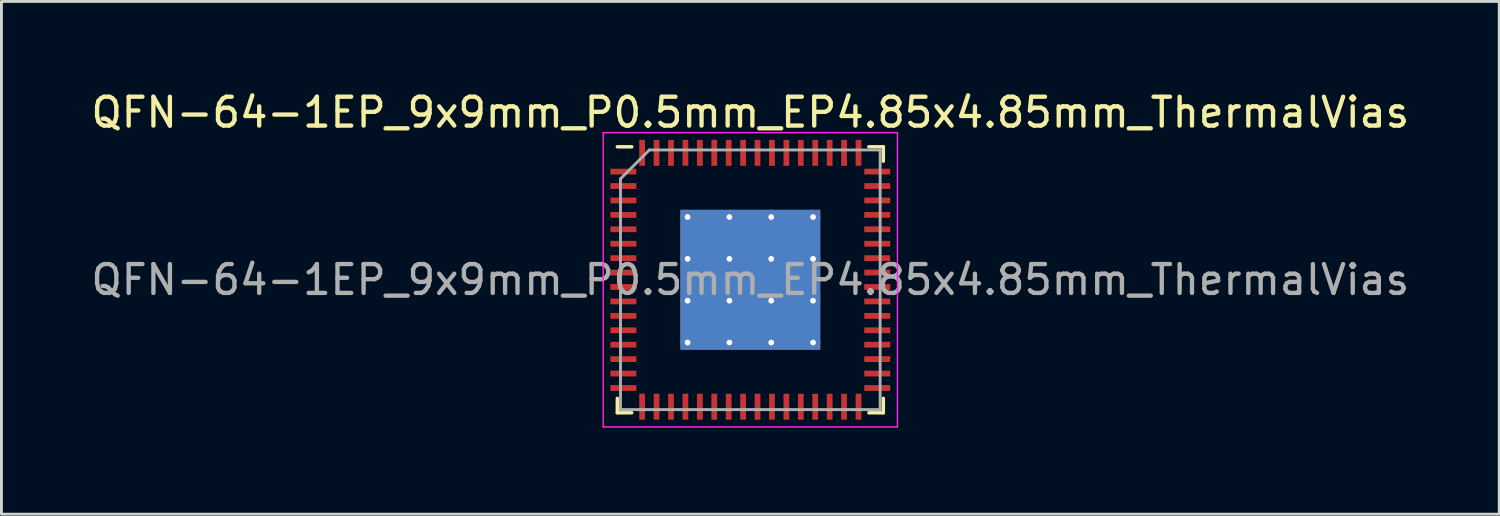
<source format=kicad_pcb>
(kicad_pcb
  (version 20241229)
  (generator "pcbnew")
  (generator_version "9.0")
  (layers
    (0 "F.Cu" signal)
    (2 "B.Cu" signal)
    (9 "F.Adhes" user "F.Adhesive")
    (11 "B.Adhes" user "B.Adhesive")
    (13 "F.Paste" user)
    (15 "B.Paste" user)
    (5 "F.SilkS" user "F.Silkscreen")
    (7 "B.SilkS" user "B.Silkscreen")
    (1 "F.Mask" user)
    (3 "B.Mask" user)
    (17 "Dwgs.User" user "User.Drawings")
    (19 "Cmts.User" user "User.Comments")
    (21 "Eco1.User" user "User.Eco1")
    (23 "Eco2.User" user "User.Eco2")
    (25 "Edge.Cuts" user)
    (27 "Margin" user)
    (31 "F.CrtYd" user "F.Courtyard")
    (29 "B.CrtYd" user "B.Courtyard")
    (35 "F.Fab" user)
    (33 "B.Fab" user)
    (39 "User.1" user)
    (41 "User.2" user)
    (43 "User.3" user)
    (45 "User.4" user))
  (footprint "QFN-64-1EP_9x9mm_P0.5mm_EP4.85x4.85mm_ThermalVias"
    (layer "F.Cu")
    (at 22.958 6.648)
    (property "Reference" "QFN-64-1EP_9x9mm_P0.5mm_EP4.85x4.85mm_ThermalVias" (at 0 -5.8 0) (layer "F.SilkS") (effects (font (size 1 1) (thickness 0.15))))
    (attr smd)
    (fp_line (start -4.61 4.61) (end -4.61 4.11) (stroke (width 0.12) (type solid)) (layer "F.SilkS"))
    (fp_line (start -4.11 -4.61) (end -4.61 -4.61) (stroke (width 0.12) (type solid)) (layer "F.SilkS"))
    (fp_line (start -4.11 4.61) (end -4.61 4.61) (stroke (width 0.12) (type solid)) (layer "F.SilkS"))
    (fp_line (start 4.11 -4.61) (end 4.61 -4.61) (stroke (width 0.12) (type solid)) (layer "F.SilkS"))
    (fp_line (start 4.11 4.61) (end 4.61 4.61) (stroke (width 0.12) (type solid)) (layer "F.SilkS"))
    (fp_line (start 4.61 -4.61) (end 4.61 -4.11) (stroke (width 0.12) (type solid)) (layer "F.SilkS"))
    (fp_line (start 4.61 4.61) (end 4.61 4.11) (stroke (width 0.12) (type solid)) (layer "F.SilkS"))
    (fp_line (start -5.1 -5.1) (end -5.1 5.1) (stroke (width 0.05) (type solid)) (layer "F.CrtYd"))
    (fp_line (start -5.1 5.1) (end 5.1 5.1) (stroke (width 0.05) (type solid)) (layer "F.CrtYd"))
    (fp_line (start 5.1 -5.1) (end -5.1 -5.1) (stroke (width 0.05) (type solid)) (layer "F.CrtYd"))
    (fp_line (start 5.1 5.1) (end 5.1 -5.1) (stroke (width 0.05) (type solid)) (layer "F.CrtYd"))
    (fp_line (start -4.5 -3.5) (end -3.5 -4.5) (stroke (width 0.1) (type solid)) (layer "F.Fab"))
    (fp_line (start -4.5 4.5) (end -4.5 -3.5) (stroke (width 0.1) (type solid)) (layer "F.Fab"))
    (fp_line (start -3.5 -4.5) (end 4.5 -4.5) (stroke (width 0.1) (type solid)) (layer "F.Fab"))
    (fp_line (start 4.5 -4.5) (end 4.5 4.5) (stroke (width 0.1) (type solid)) (layer "F.Fab"))
    (fp_line (start 4.5 4.5) (end -4.5 4.5) (stroke (width 0.1) (type solid)) (layer "F.Fab"))
    (fp_text user "${REFERENCE}" (at 0 0 0) (layer "F.Fab") (effects (font (size 1 1) (thickness 0.15))))
    (pad "" smd custom (at -1.45 -1.45) (size 1.207 1.207) (layers "F.Paste") (options (anchor circle)) (primitives (gr_poly (pts (xy -0.652 -0.515) (xy -0.515 -0.652) (xy 0.515 -0.652) (xy 0.652 -0.515) (xy 0.652 0.515) (xy 0.515 0.652) (xy -0.515 0.652) (xy -0.652 0.515)) (width 0) (fill yes))))
    (pad "" smd custom (at -1.45 0) (size 1.207 1.207) (layers "F.Paste") (options (anchor circle)) (primitives (gr_poly (pts (xy -0.652 -0.515) (xy -0.515 -0.652) (xy 0.515 -0.652) (xy 0.652 -0.515) (xy 0.652 0.515) (xy 0.515 0.652) (xy -0.515 0.652) (xy -0.652 0.515)) (width 0) (fill yes))))
    (pad "" smd custom (at -1.45 1.45) (size 1.207 1.207) (layers "F.Paste") (options (anchor circle)) (primitives (gr_poly (pts (xy -0.652 -0.515) (xy -0.515 -0.652) (xy 0.515 -0.652) (xy 0.652 -0.515) (xy 0.652 0.515) (xy 0.515 0.652) (xy -0.515 0.652) (xy -0.652 0.515)) (width 0) (fill yes))))
    (pad "" smd custom (at 0 -1.45) (size 1.207 1.207) (layers "F.Paste") (options (anchor circle)) (primitives (gr_poly (pts (xy -0.652 -0.515) (xy -0.515 -0.652) (xy 0.515 -0.652) (xy 0.652 -0.515) (xy 0.652 0.515) (xy 0.515 0.652) (xy -0.515 0.652) (xy -0.652 0.515)) (width 0) (fill yes))))
    (pad "" smd custom (at 0 0) (size 1.207 1.207) (layers "F.Paste") (options (anchor circle)) (primitives (gr_poly (pts (xy -0.652 -0.515) (xy -0.515 -0.652) (xy 0.515 -0.652) (xy 0.652 -0.515) (xy 0.652 0.515) (xy 0.515 0.652) (xy -0.515 0.652) (xy -0.652 0.515)) (width 0) (fill yes))))
    (pad "" smd custom (at 0 1.45) (size 1.207 1.207) (layers "F.Paste") (options (anchor circle)) (primitives (gr_poly (pts (xy -0.652 -0.515) (xy -0.515 -0.652) (xy 0.515 -0.652) (xy 0.652 -0.515) (xy 0.652 0.515) (xy 0.515 0.652) (xy -0.515 0.652) (xy -0.652 0.515)) (width 0) (fill yes))))
    (pad "" smd custom (at 1.45 -1.45) (size 1.207 1.207) (layers "F.Paste") (options (anchor circle)) (primitives (gr_poly (pts (xy -0.652 -0.515) (xy -0.515 -0.652) (xy 0.515 -0.652) (xy 0.652 -0.515) (xy 0.652 0.515) (xy 0.515 0.652) (xy -0.515 0.652) (xy -0.652 0.515)) (width 0) (fill yes))))
    (pad "" smd custom (at 1.45 0) (size 1.207 1.207) (layers "F.Paste") (options (anchor circle)) (primitives (gr_poly (pts (xy -0.652 -0.515) (xy -0.515 -0.652) (xy 0.515 -0.652) (xy 0.652 -0.515) (xy 0.652 0.515) (xy 0.515 0.652) (xy -0.515 0.652) (xy -0.652 0.515)) (width 0) (fill yes))))
    (pad "" smd custom (at 1.45 1.45) (size 1.207 1.207) (layers "F.Paste") (options (anchor circle)) (primitives (gr_poly (pts (xy -0.652 -0.515) (xy -0.515 -0.652) (xy 0.515 -0.652) (xy 0.652 -0.515) (xy 0.652 0.515) (xy 0.515 0.652) (xy -0.515 0.652) (xy -0.652 0.515)) (width 0) (fill yes))))
    (pad "1" smd rect (at -4.4 -3.75) (size 0.9 0.2) (layers "F.Cu" "F.Mask" "F.Paste"))
    (pad "2" smd rect (at -4.4 -3.25) (size 0.9 0.2) (layers "F.Cu" "F.Mask" "F.Paste"))
    (pad "3" smd rect (at -4.4 -2.75) (size 0.9 0.2) (layers "F.Cu" "F.Mask" "F.Paste"))
    (pad "4" smd rect (at -4.4 -2.25) (size 0.9 0.2) (layers "F.Cu" "F.Mask" "F.Paste"))
    (pad "5" smd rect (at -4.4 -1.75) (size 0.9 0.2) (layers "F.Cu" "F.Mask" "F.Paste"))
    (pad "6" smd rect (at -4.4 -1.25) (size 0.9 0.2) (layers "F.Cu" "F.Mask" "F.Paste"))
    (pad "7" smd rect (at -4.4 -0.75) (size 0.9 0.2) (layers "F.Cu" "F.Mask" "F.Paste"))
    (pad "8" smd rect (at -4.4 -0.25) (size 0.9 0.2) (layers "F.Cu" "F.Mask" "F.Paste"))
    (pad "9" smd rect (at -4.4 0.25) (size 0.9 0.2) (layers "F.Cu" "F.Mask" "F.Paste"))
    (pad "10" smd rect (at -4.4 0.75) (size 0.9 0.2) (layers "F.Cu" "F.Mask" "F.Paste"))
    (pad "11" smd rect (at -4.4 1.25) (size 0.9 0.2) (layers "F.Cu" "F.Mask" "F.Paste"))
    (pad "12" smd rect (at -4.4 1.75) (size 0.9 0.2) (layers "F.Cu" "F.Mask" "F.Paste"))
    (pad "13" smd rect (at -4.4 2.25) (size 0.9 0.2) (layers "F.Cu" "F.Mask" "F.Paste"))
    (pad "14" smd rect (at -4.4 2.75) (size 0.9 0.2) (layers "F.Cu" "F.Mask" "F.Paste"))
    (pad "15" smd rect (at -4.4 3.25) (size 0.9 0.2) (layers "F.Cu" "F.Mask" "F.Paste"))
    (pad "16" smd rect (at -4.4 3.75) (size 0.9 0.2) (layers "F.Cu" "F.Mask" "F.Paste"))
    (pad "17" smd rect (at -3.75 4.4) (size 0.2 0.9) (layers "F.Cu" "F.Mask" "F.Paste"))
    (pad "18" smd rect (at -3.25 4.4) (size 0.2 0.9) (layers "F.Cu" "F.Mask" "F.Paste"))
    (pad "19" smd rect (at -2.75 4.4) (size 0.2 0.9) (layers "F.Cu" "F.Mask" "F.Paste"))
    (pad "20" smd rect (at -2.25 4.4) (size 0.2 0.9) (layers "F.Cu" "F.Mask" "F.Paste"))
    (pad "21" smd rect (at -1.75 4.4) (size 0.2 0.9) (layers "F.Cu" "F.Mask" "F.Paste"))
    (pad "22" smd rect (at -1.25 4.4) (size 0.2 0.9) (layers "F.Cu" "F.Mask" "F.Paste"))
    (pad "23" smd rect (at -0.75 4.4) (size 0.2 0.9) (layers "F.Cu" "F.Mask" "F.Paste"))
    (pad "24" smd rect (at -0.25 4.4) (size 0.2 0.9) (layers "F.Cu" "F.Mask" "F.Paste"))
    (pad "25" smd rect (at 0.25 4.4) (size 0.2 0.9) (layers "F.Cu" "F.Mask" "F.Paste"))
    (pad "26" smd rect (at 0.75 4.4) (size 0.2 0.9) (layers "F.Cu" "F.Mask" "F.Paste"))
    (pad "27" smd rect (at 1.25 4.4) (size 0.2 0.9) (layers "F.Cu" "F.Mask" "F.Paste"))
    (pad "28" smd rect (at 1.75 4.4) (size 0.2 0.9) (layers "F.Cu" "F.Mask" "F.Paste"))
    (pad "29" smd rect (at 2.25 4.4) (size 0.2 0.9) (layers "F.Cu" "F.Mask" "F.Paste"))
    (pad "30" smd rect (at 2.75 4.4) (size 0.2 0.9) (layers "F.Cu" "F.Mask" "F.Paste"))
    (pad "31" smd rect (at 3.25 4.4) (size 0.2 0.9) (layers "F.Cu" "F.Mask" "F.Paste"))
    (pad "32" smd rect (at 3.75 4.4) (size 0.2 0.9) (layers "F.Cu" "F.Mask" "F.Paste"))
    (pad "33" smd rect (at 4.4 3.75) (size 0.9 0.2) (layers "F.Cu" "F.Mask" "F.Paste"))
    (pad "34" smd rect (at 4.4 3.25) (size 0.9 0.2) (layers "F.Cu" "F.Mask" "F.Paste"))
    (pad "35" smd rect (at 4.4 2.75) (size 0.9 0.2) (layers "F.Cu" "F.Mask" "F.Paste"))
    (pad "36" smd rect (at 4.4 2.25) (size 0.9 0.2) (layers "F.Cu" "F.Mask" "F.Paste"))
    (pad "37" smd rect (at 4.4 1.75) (size 0.9 0.2) (layers "F.Cu" "F.Mask" "F.Paste"))
    (pad "38" smd rect (at 4.4 1.25) (size 0.9 0.2) (layers "F.Cu" "F.Mask" "F.Paste"))
    (pad "39" smd rect (at 4.4 0.75) (size 0.9 0.2) (layers "F.Cu" "F.Mask" "F.Paste"))
    (pad "40" smd rect (at 4.4 0.25) (size 0.9 0.2) (layers "F.Cu" "F.Mask" "F.Paste"))
    (pad "41" smd rect (at 4.4 -0.25) (size 0.9 0.2) (layers "F.Cu" "F.Mask" "F.Paste"))
    (pad "42" smd rect (at 4.4 -0.75) (size 0.9 0.2) (layers "F.Cu" "F.Mask" "F.Paste"))
    (pad "43" smd rect (at 4.4 -1.25) (size 0.9 0.2) (layers "F.Cu" "F.Mask" "F.Paste"))
    (pad "44" smd rect (at 4.4 -1.75) (size 0.9 0.2) (layers "F.Cu" "F.Mask" "F.Paste"))
    (pad "45" smd rect (at 4.4 -2.25) (size 0.9 0.2) (layers "F.Cu" "F.Mask" "F.Paste"))
    (pad "46" smd rect (at 4.4 -2.75) (size 0.9 0.2) (layers "F.Cu" "F.Mask" "F.Paste"))
    (pad "47" smd rect (at 4.4 -3.25) (size 0.9 0.2) (layers "F.Cu" "F.Mask" "F.Paste"))
    (pad "48" smd rect (at 4.4 -3.75) (size 0.9 0.2) (layers "F.Cu" "F.Mask" "F.Paste"))
    (pad "49" smd rect (at 3.75 -4.4) (size 0.2 0.9) (layers "F.Cu" "F.Mask" "F.Paste"))
    (pad "50" smd rect (at 3.25 -4.4) (size 0.2 0.9) (layers "F.Cu" "F.Mask" "F.Paste"))
    (pad "51" smd rect (at 2.75 -4.4) (size 0.2 0.9) (layers "F.Cu" "F.Mask" "F.Paste"))
    (pad "52" smd rect (at 2.25 -4.4) (size 0.2 0.9) (layers "F.Cu" "F.Mask" "F.Paste"))
    (pad "53" smd rect (at 1.75 -4.4) (size 0.2 0.9) (layers "F.Cu" "F.Mask" "F.Paste"))
    (pad "54" smd rect (at 1.25 -4.4) (size 0.2 0.9) (layers "F.Cu" "F.Mask" "F.Paste"))
    (pad "55" smd rect (at 0.75 -4.4) (size 0.2 0.9) (layers "F.Cu" "F.Mask" "F.Paste"))
    (pad "56" smd rect (at 0.25 -4.4) (size 0.2 0.9) (layers "F.Cu" "F.Mask" "F.Paste"))
    (pad "57" smd rect (at -0.25 -4.4) (size 0.2 0.9) (layers "F.Cu" "F.Mask" "F.Paste"))
    (pad "58" smd rect (at -0.75 -4.4) (size 0.2 0.9) (layers "F.Cu" "F.Mask" "F.Paste"))
    (pad "59" smd rect (at -1.25 -4.4) (size 0.2 0.9) (layers "F.Cu" "F.Mask" "F.Paste"))
    (pad "60" smd rect (at -1.75 -4.4) (size 0.2 0.9) (layers "F.Cu" "F.Mask" "F.Paste"))
    (pad "61" smd rect (at -2.25 -4.4) (size 0.2 0.9) (layers "F.Cu" "F.Mask" "F.Paste"))
    (pad "62" smd rect (at -2.75 -4.4) (size 0.2 0.9) (layers "F.Cu" "F.Mask" "F.Paste"))
    (pad "63" smd rect (at -3.25 -4.4) (size 0.2 0.9) (layers "F.Cu" "F.Mask" "F.Paste"))
    (pad "64" smd rect (at -3.75 -4.4) (size 0.2 0.9) (layers "F.Cu" "F.Mask" "F.Paste"))
    (pad "65" thru_hole circle (at -2.175 -2.175) (size 0.5 0.5) (drill 0.2) (layers "*.Cu"))
    (pad "65" thru_hole circle (at -2.175 -0.725) (size 0.5 0.5) (drill 0.2) (layers "*.Cu"))
    (pad "65" thru_hole circle (at -2.175 0.725) (size 0.5 0.5) (drill 0.2) (layers "*.Cu"))
    (pad "65" thru_hole circle (at -2.175 2.175) (size 0.5 0.5) (drill 0.2) (layers "*.Cu"))
    (pad "65" thru_hole circle (at -0.725 -2.175) (size 0.5 0.5) (drill 0.2) (layers "*.Cu"))
    (pad "65" thru_hole circle (at -0.725 -0.725) (size 0.5 0.5) (drill 0.2) (layers "*.Cu"))
    (pad "65" thru_hole circle (at -0.725 0.725) (size 0.5 0.5) (drill 0.2) (layers "*.Cu"))
    (pad "65" thru_hole circle (at -0.725 2.175) (size 0.5 0.5) (drill 0.2) (layers "*.Cu"))
    (pad "65" smd rect (at 0 0) (size 4.85 4.85) (layers "F.Cu" "F.Mask"))
    (pad "65" smd rect (at 0 0) (size 4.85 4.85) (layers "B.Cu"))
    (pad "65" thru_hole circle (at 0.725 -2.175) (size 0.5 0.5) (drill 0.2) (layers "*.Cu"))
    (pad "65" thru_hole circle (at 0.725 -0.725) (size 0.5 0.5) (drill 0.2) (layers "*.Cu"))
    (pad "65" thru_hole circle (at 0.725 0.725) (size 0.5 0.5) (drill 0.2) (layers "*.Cu"))
    (pad "65" thru_hole circle (at 0.725 2.175) (size 0.5 0.5) (drill 0.2) (layers "*.Cu"))
    (pad "65" thru_hole circle (at 2.175 -2.175) (size 0.5 0.5) (drill 0.2) (layers "*.Cu"))
    (pad "65" thru_hole circle (at 2.175 -0.725) (size 0.5 0.5) (drill 0.2) (layers "*.Cu"))
    (pad "65" thru_hole circle (at 2.175 0.725) (size 0.5 0.5) (drill 0.2) (layers "*.Cu"))
    (pad "65" thru_hole circle (at 2.175 2.175) (size 0.5 0.5) (drill 0.2) (layers "*.Cu")))
  (gr_rect
    (start -3 -3)
    (end 48.917 14.773)
    (stroke (width 0.1) (type default))
    (fill no)
    (layer "Edge.Cuts")))
</source>
